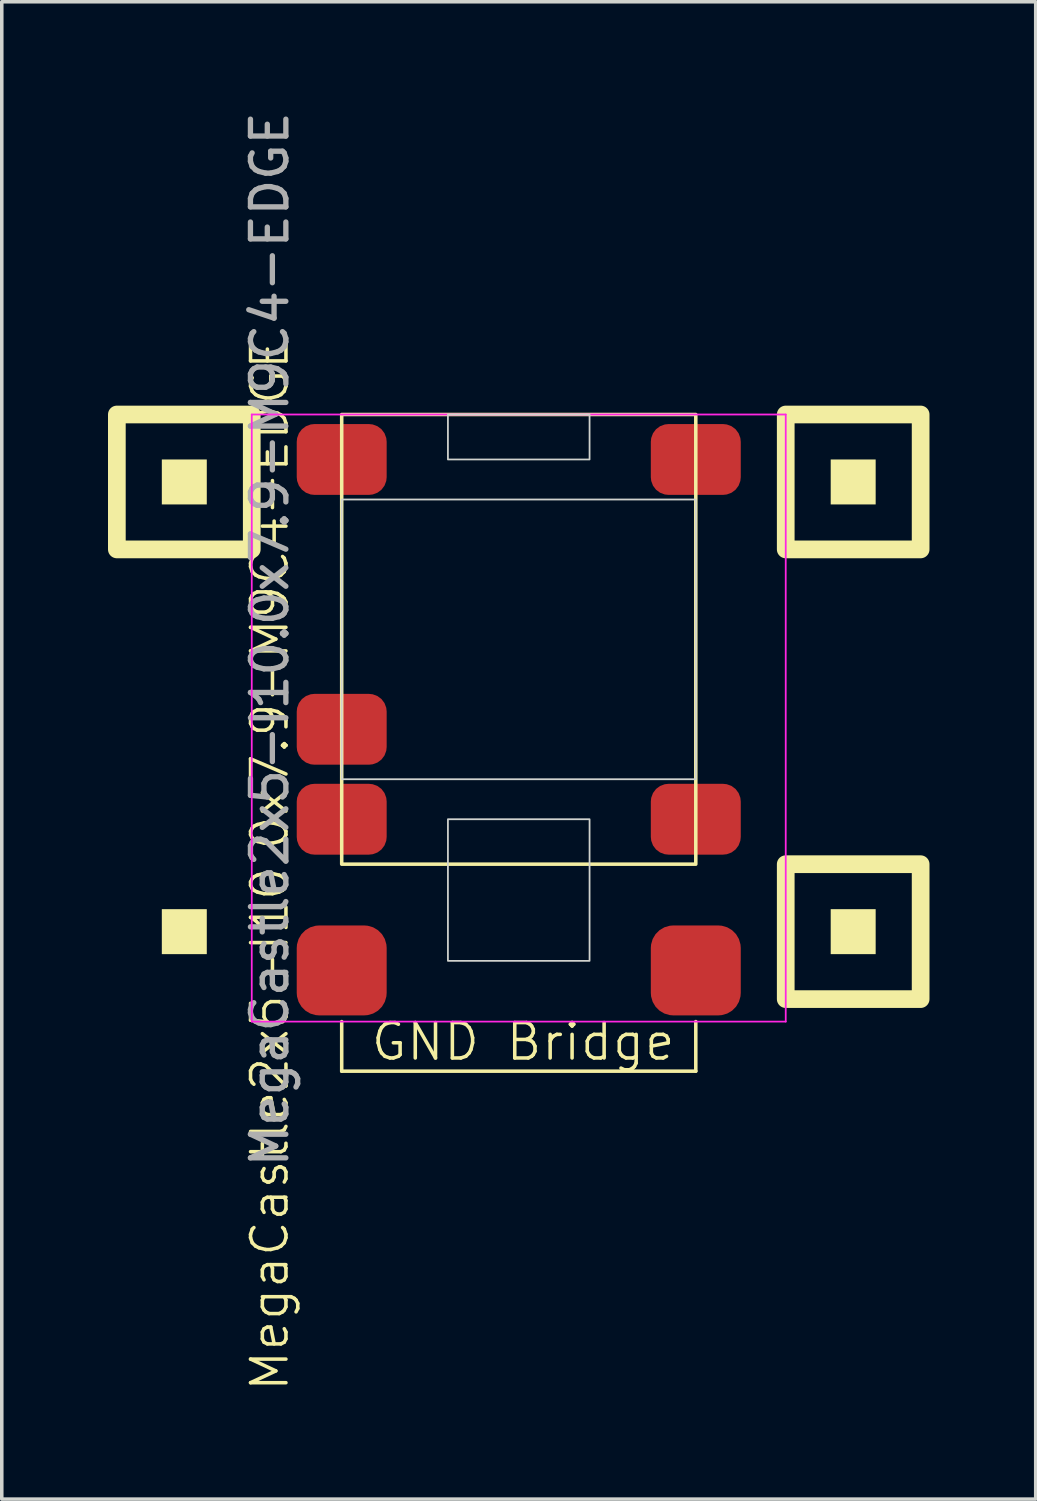
<source format=kicad_pcb>
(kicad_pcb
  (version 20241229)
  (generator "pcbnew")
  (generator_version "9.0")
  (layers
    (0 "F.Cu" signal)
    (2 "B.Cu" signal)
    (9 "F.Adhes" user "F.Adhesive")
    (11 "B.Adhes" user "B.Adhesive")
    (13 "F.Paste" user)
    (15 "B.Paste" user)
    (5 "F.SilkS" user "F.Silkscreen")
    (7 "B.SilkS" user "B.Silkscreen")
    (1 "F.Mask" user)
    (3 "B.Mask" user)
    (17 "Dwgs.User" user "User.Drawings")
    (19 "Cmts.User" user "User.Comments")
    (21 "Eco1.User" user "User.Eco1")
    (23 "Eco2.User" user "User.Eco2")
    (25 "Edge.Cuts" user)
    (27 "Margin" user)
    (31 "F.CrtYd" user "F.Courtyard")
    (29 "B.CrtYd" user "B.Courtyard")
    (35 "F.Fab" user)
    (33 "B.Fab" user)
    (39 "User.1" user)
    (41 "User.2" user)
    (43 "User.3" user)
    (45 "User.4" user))
  (footprint "MegaCastle2x5-I10.0x7.9-M9C4-EDGE"
    (layer "F.Cu")
    (at 11.6 15.006)
    (property "Reference" "MegaCastle2x5-I10.0x7.9-M9C4-EDGE" (at -7.032 6.35 90) (unlocked yes) (layer "F.SilkS") (effects (font (size 1 1) (thickness 0.1))))
    (attr smd)
    (fp_line (start -5 10.795) (end -5 12.195) (stroke (width 0.1) (type default)) (layer "F.SilkS"))
    (fp_line (start -5 12.195) (end 5 12.195) (stroke (width 0.1) (type default)) (layer "F.SilkS"))
    (fp_line (start 5 10.795) (end 5 12.195) (stroke (width 0.1) (type default)) (layer "F.SilkS"))
    (fp_rect (start -8.81 -3.81) (end -10.08 -5.08) (stroke (width 0) (type solid)) (fill yes) (layer "F.SilkS"))
    (fp_rect (start -8.81 8.89) (end -10.08 7.62) (stroke (width 0) (type solid)) (fill yes) (layer "F.SilkS"))
    (fp_rect (start -7.54 -2.54) (end -11.35 -6.35) (stroke (width 0.5) (type default)) (fill no) (layer "F.SilkS"))
    (fp_rect (start -5 -6.35) (end 5 6.35) (stroke (width 0.1) (type default)) (fill no) (layer "F.SilkS"))
    (fp_rect (start 10.08 -3.81) (end 8.81 -5.08) (stroke (width 0) (type solid)) (fill yes) (layer "F.SilkS"))
    (fp_rect (start 10.08 8.89) (end 8.81 7.62) (stroke (width 0) (type solid)) (fill yes) (layer "F.SilkS"))
    (fp_rect (start 11.35 -2.54) (end 7.54 -6.35) (stroke (width 0.5) (type default)) (fill no) (layer "F.SilkS"))
    (fp_rect (start 11.35 10.16) (end 7.54 6.35) (stroke (width 0.5) (type default)) (fill no) (layer "F.SilkS"))
    (fp_rect (start -5 -3.95) (end 5 3.95) (stroke (width 0.05) (type default)) (fill no) (layer "Edge.Cuts"))
    (fp_rect (start -2 -5.08) (end 2 -6.35) (stroke (width 0.05) (type default)) (fill no) (layer "Edge.Cuts"))
    (fp_rect (start -2 5.08) (end 2 9.08) (stroke (width 0.05) (type default)) (fill no) (layer "Edge.Cuts"))
    (fp_line (start -7.54 -6.35) (end -7.54 10.795) (stroke (width 0.05) (type default)) (layer "F.CrtYd"))
    (fp_line (start -7.54 10.795) (end 7.54 10.795) (stroke (width 0.05) (type default)) (layer "F.CrtYd"))
    (fp_line (start 7.54 -6.35) (end -7.54 -6.35) (stroke (width 0.05) (type default)) (layer "F.CrtYd"))
    (fp_line (start 7.54 -6.35) (end 7.54 10.795) (stroke (width 0.05) (type default)) (layer "F.CrtYd"))
    (fp_text user "GND Bridge" (at -4.226 11.95 0) (unlocked yes) (layer "F.SilkS") (effects (font (size 1 1) (thickness 0.1)) (justify left bottom)))
    (fp_text user "${REFERENCE}" (at -7.032 0 90) (unlocked yes) (layer "F.Fab") (effects (font (size 1 1) (thickness 0.15))))
    (pad "1" smd roundrect (at -5 -5.08) (size 2.54 2) (layers "F.Cu" "F.Mask" "F.Paste") (roundrect_rratio 0.25))
    (pad "4" smd roundrect (at -5 2.54) (size 2.54 2) (layers "F.Cu" "F.Mask" "F.Paste") (roundrect_rratio 0.25))
    (pad "5" smd roundrect (at -5 5.08) (size 2.54 2) (layers "F.Cu" "F.Mask" "F.Paste") (roundrect_rratio 0.25))
    (pad "6" smd roundrect (at 5 -5.08) (size 2.54 2) (layers "F.Cu" "F.Mask" "F.Paste") (roundrect_rratio 0.25))
    (pad "10" smd roundrect (at 5 5.08) (size 2.54 2) (layers "F.Cu" "F.Mask" "F.Paste") (roundrect_rratio 0.25))
    (pad "B1" smd roundrect (at -5 9.35) (size 2.54 2.54) (layers "F.Cu" "F.Mask" "F.Paste") (roundrect_rratio 0.25))
    (pad "B2" smd roundrect (at 5 9.35) (size 2.54 2.54) (layers "F.Cu" "F.Mask" "F.Paste") (roundrect_rratio 0.25)))
  (gr_rect
    (start -3 -3)
    (end 26.2 39.287)
    (stroke (width 0.1) (type default))
    (fill no)
    (layer "Edge.Cuts")))
</source>
